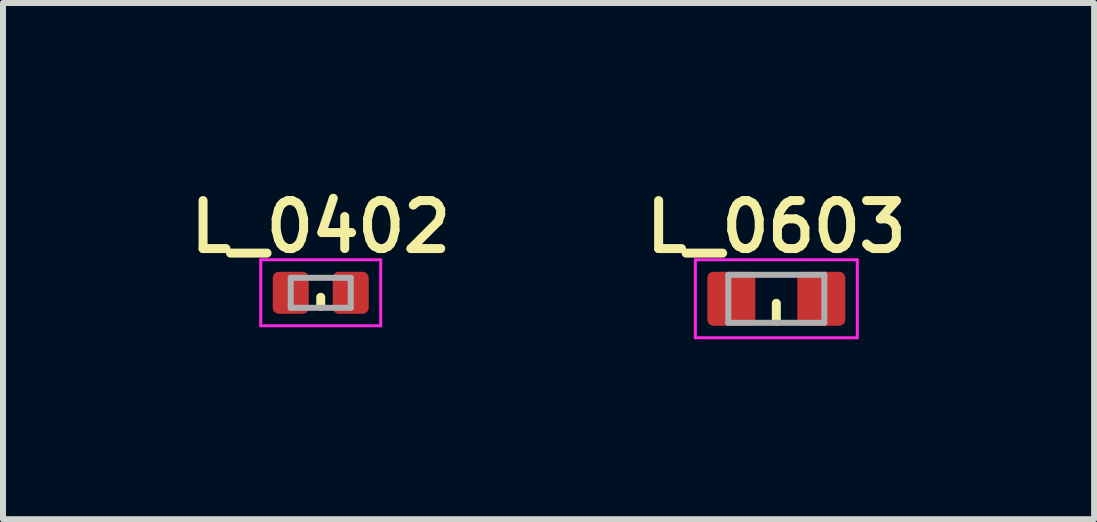
<source format=kicad_pcb>
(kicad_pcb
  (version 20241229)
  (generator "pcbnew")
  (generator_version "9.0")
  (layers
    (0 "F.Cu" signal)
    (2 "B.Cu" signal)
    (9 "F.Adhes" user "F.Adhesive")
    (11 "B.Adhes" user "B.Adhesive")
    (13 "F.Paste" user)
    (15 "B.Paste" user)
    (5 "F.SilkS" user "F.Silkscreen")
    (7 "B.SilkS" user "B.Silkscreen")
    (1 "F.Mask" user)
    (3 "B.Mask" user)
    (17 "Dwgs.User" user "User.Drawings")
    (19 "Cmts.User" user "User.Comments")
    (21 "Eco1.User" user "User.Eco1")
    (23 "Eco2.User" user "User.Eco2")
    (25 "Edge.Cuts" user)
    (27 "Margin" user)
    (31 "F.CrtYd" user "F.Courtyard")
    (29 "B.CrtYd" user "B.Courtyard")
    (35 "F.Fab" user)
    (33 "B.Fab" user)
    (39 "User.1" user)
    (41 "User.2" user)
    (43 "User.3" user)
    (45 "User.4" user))
  (footprint "L_0603"
    (layer "F.Cu")
    (at 9.892 1.931)
    (property "Reference" "L_0603" (at 0 -1.2 0) (layer "F.SilkS") (effects (font (size 0.8 0.8) (thickness 0.15))))
    (attr smd)
    (fp_line (start 0 0.375) (end 0 0.075) (stroke (width 0.15) (type solid)) (layer "F.SilkS"))
    (fp_line (start -1.35 -0.65) (end -1.35 0.65) (stroke (width 0.05) (type solid)) (layer "F.CrtYd"))
    (fp_line (start -1.35 -0.65) (end 1.35 -0.65) (stroke (width 0.05) (type solid)) (layer "F.CrtYd"))
    (fp_line (start -1.35 0.65) (end 1.35 0.65) (stroke (width 0.05) (type solid)) (layer "F.CrtYd"))
    (fp_line (start 1.35 -0.65) (end 1.35 0.65) (stroke (width 0.05) (type solid)) (layer "F.CrtYd"))
    (fp_line (start -0.8 -0.4) (end 0.8 -0.4) (stroke (width 0.1) (type solid)) (layer "F.Fab"))
    (fp_line (start -0.8 0.4) (end -0.8 -0.4) (stroke (width 0.1) (type solid)) (layer "F.Fab"))
    (fp_line (start 0.8 -0.4) (end 0.8 0.4) (stroke (width 0.1) (type solid)) (layer "F.Fab"))
    (fp_line (start 0.8 0.4) (end -0.8 0.4) (stroke (width 0.1) (type solid)) (layer "F.Fab"))
    (pad "1" smd roundrect (at -0.75 0) (size 0.8 0.9) (layers "F.Cu" "F.Mask" "F.Paste") (roundrect_rratio 0.125))
    (pad "2" smd roundrect (at 0.75 0) (size 0.8 0.9) (layers "F.Cu" "F.Mask" "F.Paste") (roundrect_rratio 0.125)))
  (footprint "L_0402"
    (layer "F.Cu")
    (at 2.297 1.831)
    (property "Reference" "L_0402" (at 0 -1.1 0) (layer "F.SilkS") (effects (font (size 0.8 0.8) (thickness 0.15))))
    (attr smd)
    (fp_line (start 0 0.225) (end 0 0.075) (stroke (width 0.15) (type solid)) (layer "F.SilkS"))
    (fp_line (start -1 -0.55) (end -1 0.55) (stroke (width 0.05) (type solid)) (layer "F.CrtYd"))
    (fp_line (start -1 -0.55) (end 1 -0.55) (stroke (width 0.05) (type solid)) (layer "F.CrtYd"))
    (fp_line (start -1 0.55) (end 1 0.55) (stroke (width 0.05) (type solid)) (layer "F.CrtYd"))
    (fp_line (start 1 -0.55) (end 1 0.55) (stroke (width 0.05) (type solid)) (layer "F.CrtYd"))
    (fp_line (start -0.5 -0.25) (end 0.5 -0.25) (stroke (width 0.1) (type solid)) (layer "F.Fab"))
    (fp_line (start -0.5 0.25) (end -0.5 -0.25) (stroke (width 0.1) (type solid)) (layer "F.Fab"))
    (fp_line (start 0.5 -0.25) (end 0.5 0.25) (stroke (width 0.1) (type solid)) (layer "F.Fab"))
    (fp_line (start 0.5 0.25) (end -0.5 0.25) (stroke (width 0.1) (type solid)) (layer "F.Fab"))
    (pad "1" smd roundrect (at -0.5 0) (size 0.6 0.7) (layers "F.Cu" "F.Mask" "F.Paste") (roundrect_rratio 0.167))
    (pad "2" smd roundrect (at 0.5 0) (size 0.6 0.7) (layers "F.Cu" "F.Mask" "F.Paste") (roundrect_rratio 0.167)))
  (gr_rect
    (start -3 -3)
    (end 15.19 5.606)
    (stroke (width 0.1) (type default))
    (fill no)
    (layer "Edge.Cuts")))
</source>
